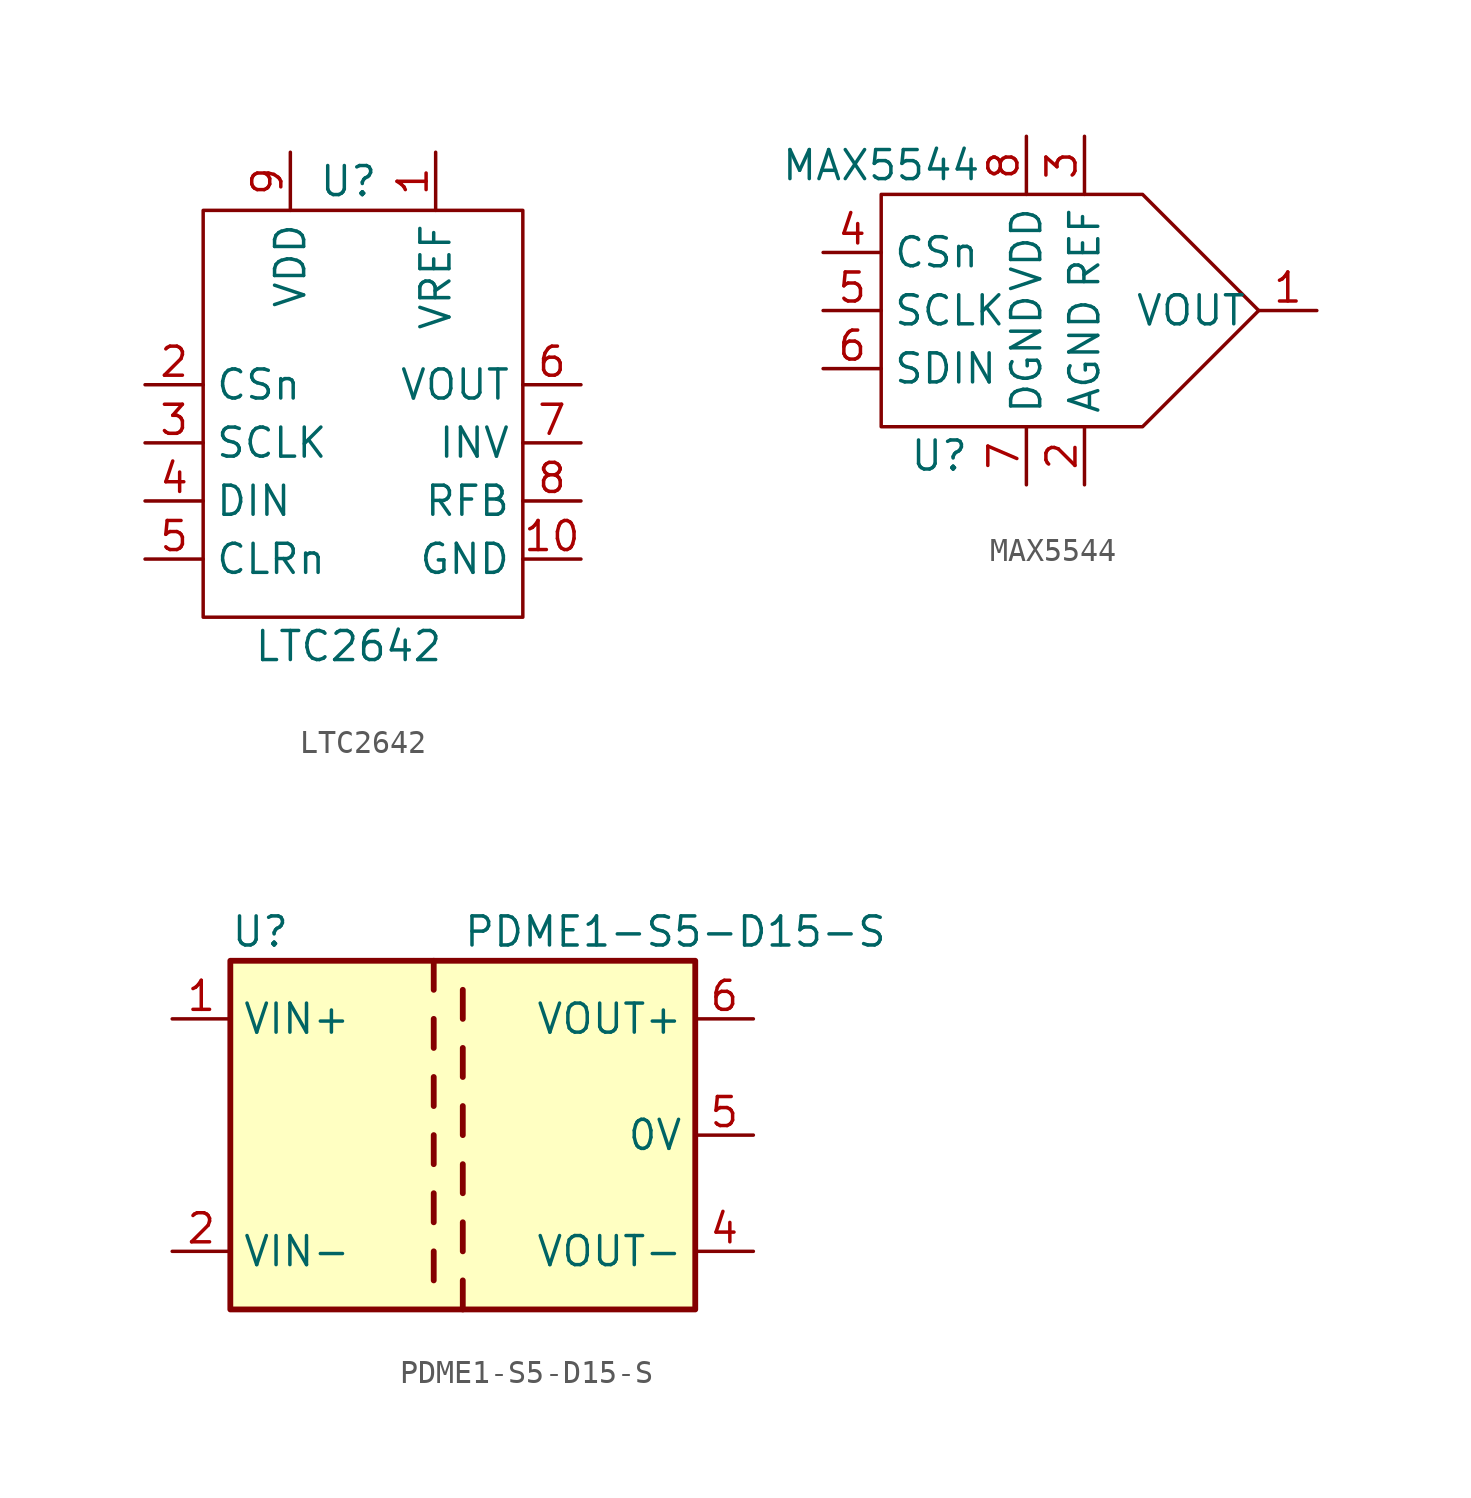
<source format=kicad_sym>
(kicad_symbol_lib
  (version 20211014)
  (generator kicad_symbol_editor)
  (symbol "LTC2642"
    (property "Reference" "U"
      (at 0 10.16 0)
      (effects (font (size 1.27 1.27))))
    (property "Value" "LTC2642"
      (at 0 -10.16 0)
      (effects (font (size 1.27 1.27))))
    (symbol "LTC2642_0_1"
      (rectangle (start -6.35 8.89) (end 7.62 -8.89) (stroke (width 0.152) (type default) (color 0 0 0 0)) (fill (type none))))
    (symbol "LTC2642_1_1"
      (pin input line (at 3.81 11.43 270) (length 2.54) (name "VREF" (effects (font (size 1.27 1.27)))) (number "1" (effects (font (size 1.27 1.27)))))
      (pin input line (at 10.16 -6.35 180) (length 2.54) (name "GND" (effects (font (size 1.27 1.27)))) (number "10" (effects (font (size 1.27 1.27)))))
      (pin input line (at -8.89 1.27 0) (length 2.54) (name "CSn" (effects (font (size 1.27 1.27)))) (number "2" (effects (font (size 1.27 1.27)))))
      (pin input line (at -8.89 -1.27 0) (length 2.54) (name "SCLK" (effects (font (size 1.27 1.27)))) (number "3" (effects (font (size 1.27 1.27)))))
      (pin input line (at -8.89 -3.81 0) (length 2.54) (name "DIN" (effects (font (size 1.27 1.27)))) (number "4" (effects (font (size 1.27 1.27)))))
      (pin input line (at -8.89 -6.35 0) (length 2.54) (name "CLRn" (effects (font (size 1.27 1.27)))) (number "5" (effects (font (size 1.27 1.27)))))
      (pin output line (at 10.16 1.27 180) (length 2.54) (name "VOUT" (effects (font (size 1.27 1.27)))) (number "6" (effects (font (size 1.27 1.27)))))
      (pin bidirectional line (at 10.16 -1.27 180) (length 2.54) (name "INV" (effects (font (size 1.27 1.27)))) (number "7" (effects (font (size 1.27 1.27)))))
      (pin bidirectional line (at 10.16 -3.81 180) (length 2.54) (name "RFB" (effects (font (size 1.27 1.27)))) (number "8" (effects (font (size 1.27 1.27)))))
      (pin input line (at -2.54 11.43 270) (length 2.54) (name "VDD" (effects (font (size 1.27 1.27)))) (number "9" (effects (font (size 1.27 1.27)))))))
  (symbol "MAX5544"
    (property "Reference" "U"
      (at -3.81 -6.35 0)
      (effects (font (size 1.27 1.27))))
    (property "Value" "MAX5544"
      (at -6.35 6.35 0)
      (effects (font (size 1.27 1.27))))
    (symbol "MAX5544_0_1"
      (polyline (pts (xy -6.35 5.08) (xy 5.08 5.08) (xy 10.16 0) (xy 5.08 -5.08) (xy -6.35 -5.08) (xy -6.35 5.08)) (stroke (width 0.152) (type default) (color 0 0 0 0)) (fill (type none))))
    (symbol "MAX5544_1_1"
      (pin output line (at 12.7 0 180) (length 2.54) (name "VOUT" (effects (font (size 1.27 1.27)))) (number "1" (effects (font (size 1.27 1.27)))))
      (pin bidirectional line (at 2.54 -7.62 90) (length 2.54) (name "AGND" (effects (font (size 1.27 1.27)))) (number "2" (effects (font (size 1.27 1.27)))))
      (pin input line (at 2.54 7.62 270) (length 2.54) (name "REF" (effects (font (size 1.27 1.27)))) (number "3" (effects (font (size 1.27 1.27)))))
      (pin input line (at -8.89 2.54 0) (length 2.54) (name "CSn" (effects (font (size 1.27 1.27)))) (number "4" (effects (font (size 1.27 1.27)))))
      (pin input line (at -8.89 0 0) (length 2.54) (name "SCLK" (effects (font (size 1.27 1.27)))) (number "5" (effects (font (size 1.27 1.27)))))
      (pin input line (at -8.89 -2.54 0) (length 2.54) (name "SDIN" (effects (font (size 1.27 1.27)))) (number "6" (effects (font (size 1.27 1.27)))))
      (pin bidirectional line (at 0 -7.62 90) (length 2.54) (name "DGND" (effects (font (size 1.27 1.27)))) (number "7" (effects (font (size 1.27 1.27)))))
      (pin input line (at 0 7.62 270) (length 2.54) (name "VDD" (effects (font (size 1.27 1.27)))) (number "8" (effects (font (size 1.27 1.27)))))))
  (symbol "PDME1-S5-D15-S"
    (property "Reference" "U"
      (at -10.16 8.89 0)
      (effects (font (size 1.27 1.27)) (justify left)))
    (property "Value" "PDME1-S5-D15-S"
      (at 0 8.89 0)
      (effects (font (size 1.27 1.27)) (justify left)))
    (symbol "PDME1-S5-D15-S_0_1"
      (rectangle (start -10.16 7.62) (end 10.16 -7.62) (stroke (width 0.254) (type default) (color 0 0 0 0)) (fill (type background)))
      (polyline (pts (xy -1.27 -5.08) (xy -1.27 -6.35)) (stroke (width 0.254) (type default) (color 0 0 0 0)) (fill (type none)))
      (polyline (pts (xy -1.27 -2.54) (xy -1.27 -3.81)) (stroke (width 0.254) (type default) (color 0 0 0 0)) (fill (type none)))
      (polyline (pts (xy -1.27 0) (xy -1.27 -1.27)) (stroke (width 0.254) (type default) (color 0 0 0 0)) (fill (type none)))
      (polyline (pts (xy -1.27 2.54) (xy -1.27 1.27)) (stroke (width 0.254) (type default) (color 0 0 0 0)) (fill (type none)))
      (polyline (pts (xy -1.27 5.08) (xy -1.27 3.81)) (stroke (width 0.254) (type default) (color 0 0 0 0)) (fill (type none)))
      (polyline (pts (xy -1.27 7.62) (xy -1.27 6.35)) (stroke (width 0.254) (type default) (color 0 0 0 0)) (fill (type none)))
      (polyline (pts (xy 0 -7.62) (xy 0 -6.35)) (stroke (width 0.254) (type default) (color 0 0 0 0)) (fill (type none)))
      (polyline (pts (xy 0 -5.08) (xy 0 -3.81)) (stroke (width 0.254) (type default) (color 0 0 0 0)) (fill (type none)))
      (polyline (pts (xy 0 -1.27) (xy 0 -2.54)) (stroke (width 0.254) (type default) (color 0 0 0 0)) (fill (type none)))
      (polyline (pts (xy 0 0) (xy 0 1.27)) (stroke (width 0.254) (type default) (color 0 0 0 0)) (fill (type none)))
      (polyline (pts (xy 0 2.54) (xy 0 3.81)) (stroke (width 0.254) (type default) (color 0 0 0 0)) (fill (type none)))
      (polyline (pts (xy 0 5.08) (xy 0 6.35)) (stroke (width 0.254) (type default) (color 0 0 0 0)) (fill (type none))))
    (symbol "PDME1-S5-D15-S_1_1"
      (pin power_in line (at -12.7 5.08 0) (length 2.54) (name "VIN+" (effects (font (size 1.27 1.27)))) (number "1" (effects (font (size 1.27 1.27)))))
      (pin power_in line (at -12.7 -5.08 0) (length 2.54) (name "VIN-" (effects (font (size 1.27 1.27)))) (number "2" (effects (font (size 1.27 1.27)))))
      (pin power_out line (at 12.7 -5.08 180) (length 2.54) (name "VOUT-" (effects (font (size 1.27 1.27)))) (number "4" (effects (font (size 1.27 1.27)))))
      (pin power_out line (at 12.7 0 180) (length 2.54) (name "0V" (effects (font (size 1.27 1.27)))) (number "5" (effects (font (size 1.27 1.27)))))
      (pin power_out line (at 12.7 5.08 180) (length 2.54) (name "VOUT+" (effects (font (size 1.27 1.27)))) (number "6" (effects (font (size 1.27 1.27))))))))
</source>
